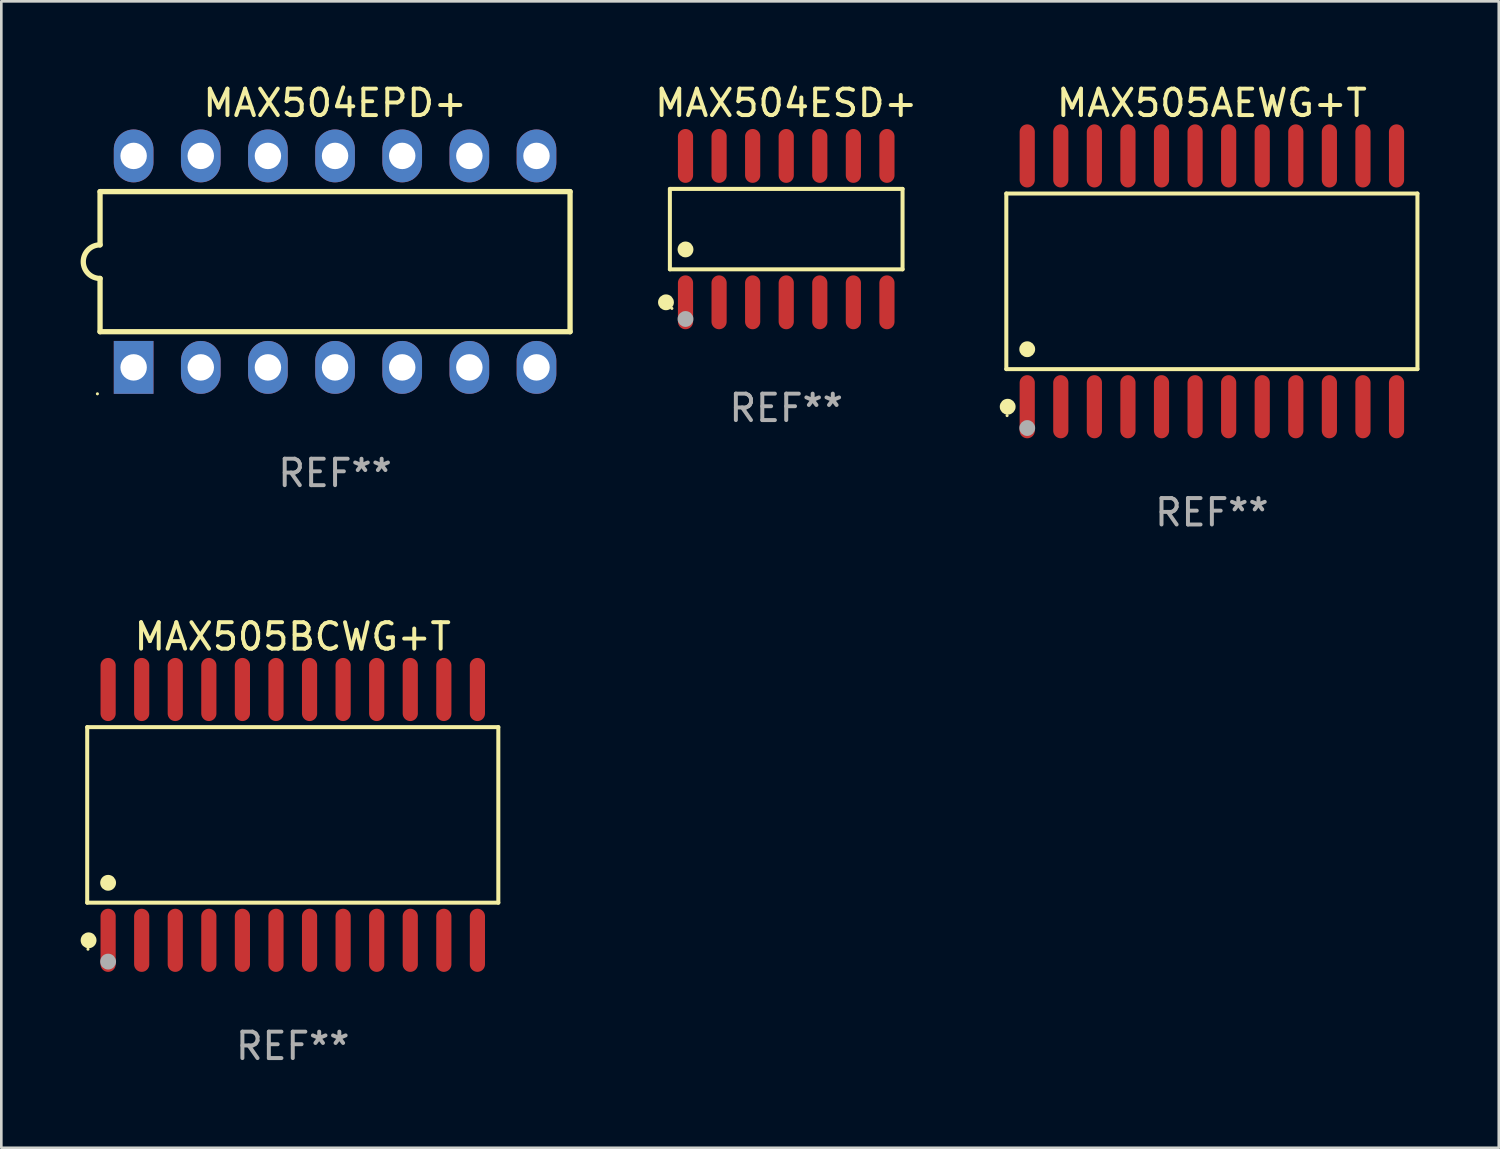
<source format=kicad_pcb>
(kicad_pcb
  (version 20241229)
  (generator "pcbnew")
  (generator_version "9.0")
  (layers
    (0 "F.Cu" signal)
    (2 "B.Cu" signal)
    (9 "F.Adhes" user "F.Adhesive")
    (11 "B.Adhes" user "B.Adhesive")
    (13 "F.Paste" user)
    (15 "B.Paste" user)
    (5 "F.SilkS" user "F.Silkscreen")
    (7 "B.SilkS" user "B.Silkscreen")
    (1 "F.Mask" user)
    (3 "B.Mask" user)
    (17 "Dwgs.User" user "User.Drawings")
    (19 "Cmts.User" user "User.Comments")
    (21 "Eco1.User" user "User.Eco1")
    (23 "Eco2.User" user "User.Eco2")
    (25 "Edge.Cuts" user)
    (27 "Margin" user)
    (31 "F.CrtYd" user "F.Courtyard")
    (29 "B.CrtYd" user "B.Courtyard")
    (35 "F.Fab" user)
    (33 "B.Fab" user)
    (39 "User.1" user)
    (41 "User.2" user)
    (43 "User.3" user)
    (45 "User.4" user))
  (footprint "MAX504ESD+"
    (layer "F.Cu")
    (at 26.692 5.617)
    (property "Reference" "MAX504ESD+" (at 0 -4.769 0) (layer "F.SilkS") (effects (font (size 1 1) (thickness 0.15))))
    (attr through_hole)
    (fp_line (start -4.401 -1.521) (end 4.401 -1.521) (stroke (width 0.152) (type solid)) (layer "F.SilkS"))
    (fp_line (start -4.401 1.521) (end -4.401 -1.521) (stroke (width 0.152) (type solid)) (layer "F.SilkS"))
    (fp_line (start 4.401 -1.521) (end 4.401 1.521) (stroke (width 0.152) (type solid)) (layer "F.SilkS"))
    (fp_line (start 4.401 1.521) (end -4.401 1.521) (stroke (width 0.152) (type solid)) (layer "F.SilkS"))
    (fp_circle (center -4.549 2.769) (end -4.399 2.769) (stroke (width 0.3) (type solid)) (fill no) (layer "F.SilkS"))
    (fp_circle (center -4.325 3) (end -4.295 3) (stroke (width 0.06) (type solid)) (fill no) (layer "F.SilkS"))
    (fp_circle (center -3.81 0.769) (end -3.66 0.769) (stroke (width 0.3) (type solid)) (fill no) (layer "F.SilkS"))
    (fp_circle (center -3.81 3.4) (end -3.66 3.4) (stroke (width 0.3) (type solid)) (fill no) (layer "F.Fab"))
    (fp_text user "REF**" (at 0 6.769 0) (layer "F.Fab") (effects (font (size 1 1) (thickness 0.15))))
    (pad "1" smd oval (at -3.81 2.769) (size 0.574 2.038) (layers "F.Cu" "F.Mask" "F.Paste"))
    (pad "2" smd oval (at -2.54 2.769) (size 0.574 2.038) (layers "F.Cu" "F.Mask" "F.Paste"))
    (pad "3" smd oval (at -1.27 2.769) (size 0.574 2.038) (layers "F.Cu" "F.Mask" "F.Paste"))
    (pad "4" smd oval (at 0 2.769) (size 0.574 2.038) (layers "F.Cu" "F.Mask" "F.Paste"))
    (pad "5" smd oval (at 1.27 2.769) (size 0.574 2.038) (layers "F.Cu" "F.Mask" "F.Paste"))
    (pad "6" smd oval (at 2.54 2.769) (size 0.574 2.038) (layers "F.Cu" "F.Mask" "F.Paste"))
    (pad "7" smd oval (at 3.81 2.769) (size 0.574 2.038) (layers "F.Cu" "F.Mask" "F.Paste"))
    (pad "8" smd oval (at 3.81 -2.769) (size 0.574 2.038) (layers "F.Cu" "F.Mask" "F.Paste"))
    (pad "9" smd oval (at 2.54 -2.769) (size 0.574 2.038) (layers "F.Cu" "F.Mask" "F.Paste"))
    (pad "10" smd oval (at 1.27 -2.769) (size 0.574 2.038) (layers "F.Cu" "F.Mask" "F.Paste"))
    (pad "11" smd oval (at 0 -2.769) (size 0.574 2.038) (layers "F.Cu" "F.Mask" "F.Paste"))
    (pad "12" smd oval (at -1.27 -2.769) (size 0.574 2.038) (layers "F.Cu" "F.Mask" "F.Paste"))
    (pad "13" smd oval (at -2.54 -2.769) (size 0.574 2.038) (layers "F.Cu" "F.Mask" "F.Paste"))
    (pad "14" smd oval (at -3.81 -2.769) (size 0.574 2.038) (layers "F.Cu" "F.Mask" "F.Paste")))
  (footprint "MAX504EPD+"
    (layer "F.Cu")
    (at 9.625 6.848)
    (property "Reference" "MAX504EPD+" (at 0 -6 0) (layer "F.SilkS") (effects (font (size 1 1) (thickness 0.15))))
    (attr through_hole)
    (fp_line (start -8.89 -2.65) (end -8.89 -0.635) (stroke (width 0.2) (type solid)) (layer "F.SilkS"))
    (fp_line (start -8.89 0.635) (end -8.89 2.65) (stroke (width 0.2) (type solid)) (layer "F.SilkS"))
    (fp_line (start -8.89 2.65) (end 8.89 2.65) (stroke (width 0.2) (type solid)) (layer "F.SilkS"))
    (fp_line (start 8.89 -2.65) (end -8.89 -2.65) (stroke (width 0.2) (type solid)) (layer "F.SilkS"))
    (fp_line (start 8.89 2.65) (end 8.89 -2.65) (stroke (width 0.2) (type solid)) (layer "F.SilkS"))
    (fp_arc (start -8.890018 0.635001) (mid -9.525019 0) (end -8.890018 -0.635001) (stroke (width 0.2) (type solid)) (layer "F.SilkS"))
    (fp_circle (center -8.99 5) (end -8.96 5) (stroke (width 0.06) (type solid)) (fill no) (layer "F.SilkS"))
    (fp_text user "REF**" (at 0 8 0) (layer "F.Fab") (effects (font (size 1 1) (thickness 0.15))))
    (pad "1" thru_hole rect (at -7.62 4 90) (size 2 1.5) (drill 1) (layers "*.Cu" "*.Mask"))
    (pad "2" thru_hole oval (at -5.08 4 90) (size 2 1.5) (drill 1) (layers "*.Cu" "*.Mask"))
    (pad "3" thru_hole oval (at -2.54 4 90) (size 2 1.5) (drill 1) (layers "*.Cu" "*.Mask"))
    (pad "4" thru_hole oval (at 0 4 90) (size 2 1.5) (drill 1) (layers "*.Cu" "*.Mask"))
    (pad "5" thru_hole oval (at 2.54 4 90) (size 2 1.5) (drill 1) (layers "*.Cu" "*.Mask"))
    (pad "6" thru_hole oval (at 5.08 4 90) (size 2 1.5) (drill 1) (layers "*.Cu" "*.Mask"))
    (pad "7" thru_hole oval (at 7.62 4 90) (size 2 1.5) (drill 1) (layers "*.Cu" "*.Mask"))
    (pad "8" thru_hole oval (at 7.62 -4 90) (size 2 1.5) (drill 1) (layers "*.Cu" "*.Mask"))
    (pad "9" thru_hole oval (at 5.08 -4 90) (size 2 1.5) (drill 1) (layers "*.Cu" "*.Mask"))
    (pad "10" thru_hole oval (at 2.54 -4 90) (size 2 1.5) (drill 1) (layers "*.Cu" "*.Mask"))
    (pad "11" thru_hole oval (at 0 -4 90) (size 2 1.5) (drill 1) (layers "*.Cu" "*.Mask"))
    (pad "12" thru_hole oval (at -2.54 -4 90) (size 2 1.5) (drill 1) (layers "*.Cu" "*.Mask"))
    (pad "13" thru_hole oval (at -5.08 -4 90) (size 2 1.5) (drill 1) (layers "*.Cu" "*.Mask"))
    (pad "14" thru_hole oval (at -7.62 -4 90) (size 2 1.5) (drill 1) (layers "*.Cu" "*.Mask")))
  (footprint "MAX505BCWG+T"
    (layer "F.Cu")
    (at 8.025 27.777)
    (property "Reference" "MAX505BCWG+T" (at 0 -6.744 0) (layer "F.SilkS") (effects (font (size 1 1) (thickness 0.15))))
    (attr through_hole)
    (fp_line (start -7.776 -3.321) (end 7.776 -3.321) (stroke (width 0.152) (type solid)) (layer "F.SilkS"))
    (fp_line (start -7.776 3.321) (end -7.776 -3.321) (stroke (width 0.152) (type solid)) (layer "F.SilkS"))
    (fp_line (start 7.776 -3.321) (end 7.776 3.321) (stroke (width 0.152) (type solid)) (layer "F.SilkS"))
    (fp_line (start 7.776 3.321) (end -7.776 3.321) (stroke (width 0.152) (type solid)) (layer "F.SilkS"))
    (fp_circle (center -7.747 5.08) (end -7.717 5.08) (stroke (width 0.06) (type solid)) (fill no) (layer "F.SilkS"))
    (fp_circle (center -7.724 4.744) (end -7.574 4.744) (stroke (width 0.3) (type solid)) (fill no) (layer "F.SilkS"))
    (fp_circle (center -6.985 2.569) (end -6.835 2.569) (stroke (width 0.3) (type solid)) (fill no) (layer "F.SilkS"))
    (fp_circle (center -6.985 5.55) (end -6.835 5.55) (stroke (width 0.3) (type solid)) (fill no) (layer "F.Fab"))
    (fp_text user "REF**" (at 0 8.744 0) (layer "F.Fab") (effects (font (size 1 1) (thickness 0.15))))
    (pad "1" smd oval (at -6.985 4.744) (size 0.574 2.388) (layers "F.Cu" "F.Mask" "F.Paste"))
    (pad "2" smd oval (at -5.715 4.744) (size 0.574 2.388) (layers "F.Cu" "F.Mask" "F.Paste"))
    (pad "3" smd oval (at -4.445 4.744) (size 0.574 2.388) (layers "F.Cu" "F.Mask" "F.Paste"))
    (pad "4" smd oval (at -3.175 4.744) (size 0.574 2.388) (layers "F.Cu" "F.Mask" "F.Paste"))
    (pad "5" smd oval (at -1.905 4.744) (size 0.574 2.388) (layers "F.Cu" "F.Mask" "F.Paste"))
    (pad "6" smd oval (at -0.635 4.744) (size 0.574 2.388) (layers "F.Cu" "F.Mask" "F.Paste"))
    (pad "7" smd oval (at 0.635 4.744) (size 0.574 2.388) (layers "F.Cu" "F.Mask" "F.Paste"))
    (pad "8" smd oval (at 1.905 4.744) (size 0.574 2.388) (layers "F.Cu" "F.Mask" "F.Paste"))
    (pad "9" smd oval (at 3.175 4.744) (size 0.574 2.388) (layers "F.Cu" "F.Mask" "F.Paste"))
    (pad "10" smd oval (at 4.445 4.744) (size 0.574 2.388) (layers "F.Cu" "F.Mask" "F.Paste"))
    (pad "11" smd oval (at 5.715 4.744) (size 0.574 2.388) (layers "F.Cu" "F.Mask" "F.Paste"))
    (pad "12" smd oval (at 6.985 4.744) (size 0.574 2.388) (layers "F.Cu" "F.Mask" "F.Paste"))
    (pad "13" smd oval (at 6.985 -4.744) (size 0.574 2.388) (layers "F.Cu" "F.Mask" "F.Paste"))
    (pad "14" smd oval (at 5.715 -4.744) (size 0.574 2.388) (layers "F.Cu" "F.Mask" "F.Paste"))
    (pad "15" smd oval (at 4.445 -4.744) (size 0.574 2.388) (layers "F.Cu" "F.Mask" "F.Paste"))
    (pad "16" smd oval (at 3.175 -4.744) (size 0.574 2.388) (layers "F.Cu" "F.Mask" "F.Paste"))
    (pad "17" smd oval (at 1.905 -4.744) (size 0.574 2.388) (layers "F.Cu" "F.Mask" "F.Paste"))
    (pad "18" smd oval (at 0.635 -4.744) (size 0.574 2.388) (layers "F.Cu" "F.Mask" "F.Paste"))
    (pad "19" smd oval (at -0.635 -4.744) (size 0.574 2.388) (layers "F.Cu" "F.Mask" "F.Paste"))
    (pad "20" smd oval (at -1.905 -4.744) (size 0.574 2.388) (layers "F.Cu" "F.Mask" "F.Paste"))
    (pad "21" smd oval (at -3.175 -4.744) (size 0.574 2.388) (layers "F.Cu" "F.Mask" "F.Paste"))
    (pad "22" smd oval (at -4.445 -4.744) (size 0.574 2.388) (layers "F.Cu" "F.Mask" "F.Paste"))
    (pad "23" smd oval (at -5.715 -4.744) (size 0.574 2.388) (layers "F.Cu" "F.Mask" "F.Paste"))
    (pad "24" smd oval (at -6.985 -4.744) (size 0.574 2.388) (layers "F.Cu" "F.Mask" "F.Paste")))
  (footprint "MAX505AEWG+T"
    (layer "F.Cu")
    (at 42.794 7.592)
    (property "Reference" "MAX505AEWG+T" (at 0 -6.744 0) (layer "F.SilkS") (effects (font (size 1 1) (thickness 0.15))))
    (attr through_hole)
    (fp_line (start -7.776 -3.321) (end 7.776 -3.321) (stroke (width 0.152) (type solid)) (layer "F.SilkS"))
    (fp_line (start -7.776 3.321) (end -7.776 -3.321) (stroke (width 0.152) (type solid)) (layer "F.SilkS"))
    (fp_line (start 7.776 -3.321) (end 7.776 3.321) (stroke (width 0.152) (type solid)) (layer "F.SilkS"))
    (fp_line (start 7.776 3.321) (end -7.776 3.321) (stroke (width 0.152) (type solid)) (layer "F.SilkS"))
    (fp_circle (center -7.747 5.08) (end -7.717 5.08) (stroke (width 0.06) (type solid)) (fill no) (layer "F.SilkS"))
    (fp_circle (center -7.724 4.744) (end -7.574 4.744) (stroke (width 0.3) (type solid)) (fill no) (layer "F.SilkS"))
    (fp_circle (center -6.985 2.569) (end -6.835 2.569) (stroke (width 0.3) (type solid)) (fill no) (layer "F.SilkS"))
    (fp_circle (center -6.985 5.55) (end -6.835 5.55) (stroke (width 0.3) (type solid)) (fill no) (layer "F.Fab"))
    (fp_text user "REF**" (at 0 8.744 0) (layer "F.Fab") (effects (font (size 1 1) (thickness 0.15))))
    (pad "1" smd oval (at -6.985 4.744) (size 0.574 2.388) (layers "F.Cu" "F.Mask" "F.Paste"))
    (pad "2" smd oval (at -5.715 4.744) (size 0.574 2.388) (layers "F.Cu" "F.Mask" "F.Paste"))
    (pad "3" smd oval (at -4.445 4.744) (size 0.574 2.388) (layers "F.Cu" "F.Mask" "F.Paste"))
    (pad "4" smd oval (at -3.175 4.744) (size 0.574 2.388) (layers "F.Cu" "F.Mask" "F.Paste"))
    (pad "5" smd oval (at -1.905 4.744) (size 0.574 2.388) (layers "F.Cu" "F.Mask" "F.Paste"))
    (pad "6" smd oval (at -0.635 4.744) (size 0.574 2.388) (layers "F.Cu" "F.Mask" "F.Paste"))
    (pad "7" smd oval (at 0.635 4.744) (size 0.574 2.388) (layers "F.Cu" "F.Mask" "F.Paste"))
    (pad "8" smd oval (at 1.905 4.744) (size 0.574 2.388) (layers "F.Cu" "F.Mask" "F.Paste"))
    (pad "9" smd oval (at 3.175 4.744) (size 0.574 2.388) (layers "F.Cu" "F.Mask" "F.Paste"))
    (pad "10" smd oval (at 4.445 4.744) (size 0.574 2.388) (layers "F.Cu" "F.Mask" "F.Paste"))
    (pad "11" smd oval (at 5.715 4.744) (size 0.574 2.388) (layers "F.Cu" "F.Mask" "F.Paste"))
    (pad "12" smd oval (at 6.985 4.744) (size 0.574 2.388) (layers "F.Cu" "F.Mask" "F.Paste"))
    (pad "13" smd oval (at 6.985 -4.744) (size 0.574 2.388) (layers "F.Cu" "F.Mask" "F.Paste"))
    (pad "14" smd oval (at 5.715 -4.744) (size 0.574 2.388) (layers "F.Cu" "F.Mask" "F.Paste"))
    (pad "15" smd oval (at 4.445 -4.744) (size 0.574 2.388) (layers "F.Cu" "F.Mask" "F.Paste"))
    (pad "16" smd oval (at 3.175 -4.744) (size 0.574 2.388) (layers "F.Cu" "F.Mask" "F.Paste"))
    (pad "17" smd oval (at 1.905 -4.744) (size 0.574 2.388) (layers "F.Cu" "F.Mask" "F.Paste"))
    (pad "18" smd oval (at 0.635 -4.744) (size 0.574 2.388) (layers "F.Cu" "F.Mask" "F.Paste"))
    (pad "19" smd oval (at -0.635 -4.744) (size 0.574 2.388) (layers "F.Cu" "F.Mask" "F.Paste"))
    (pad "20" smd oval (at -1.905 -4.744) (size 0.574 2.388) (layers "F.Cu" "F.Mask" "F.Paste"))
    (pad "21" smd oval (at -3.175 -4.744) (size 0.574 2.388) (layers "F.Cu" "F.Mask" "F.Paste"))
    (pad "22" smd oval (at -4.445 -4.744) (size 0.574 2.388) (layers "F.Cu" "F.Mask" "F.Paste"))
    (pad "23" smd oval (at -5.715 -4.744) (size 0.574 2.388) (layers "F.Cu" "F.Mask" "F.Paste"))
    (pad "24" smd oval (at -6.985 -4.744) (size 0.574 2.388) (layers "F.Cu" "F.Mask" "F.Paste")))
  (gr_rect
    (start -3 -3)
    (end 53.647 40.369)
    (stroke (width 0.1) (type default))
    (fill no)
    (layer "Edge.Cuts")))
</source>
